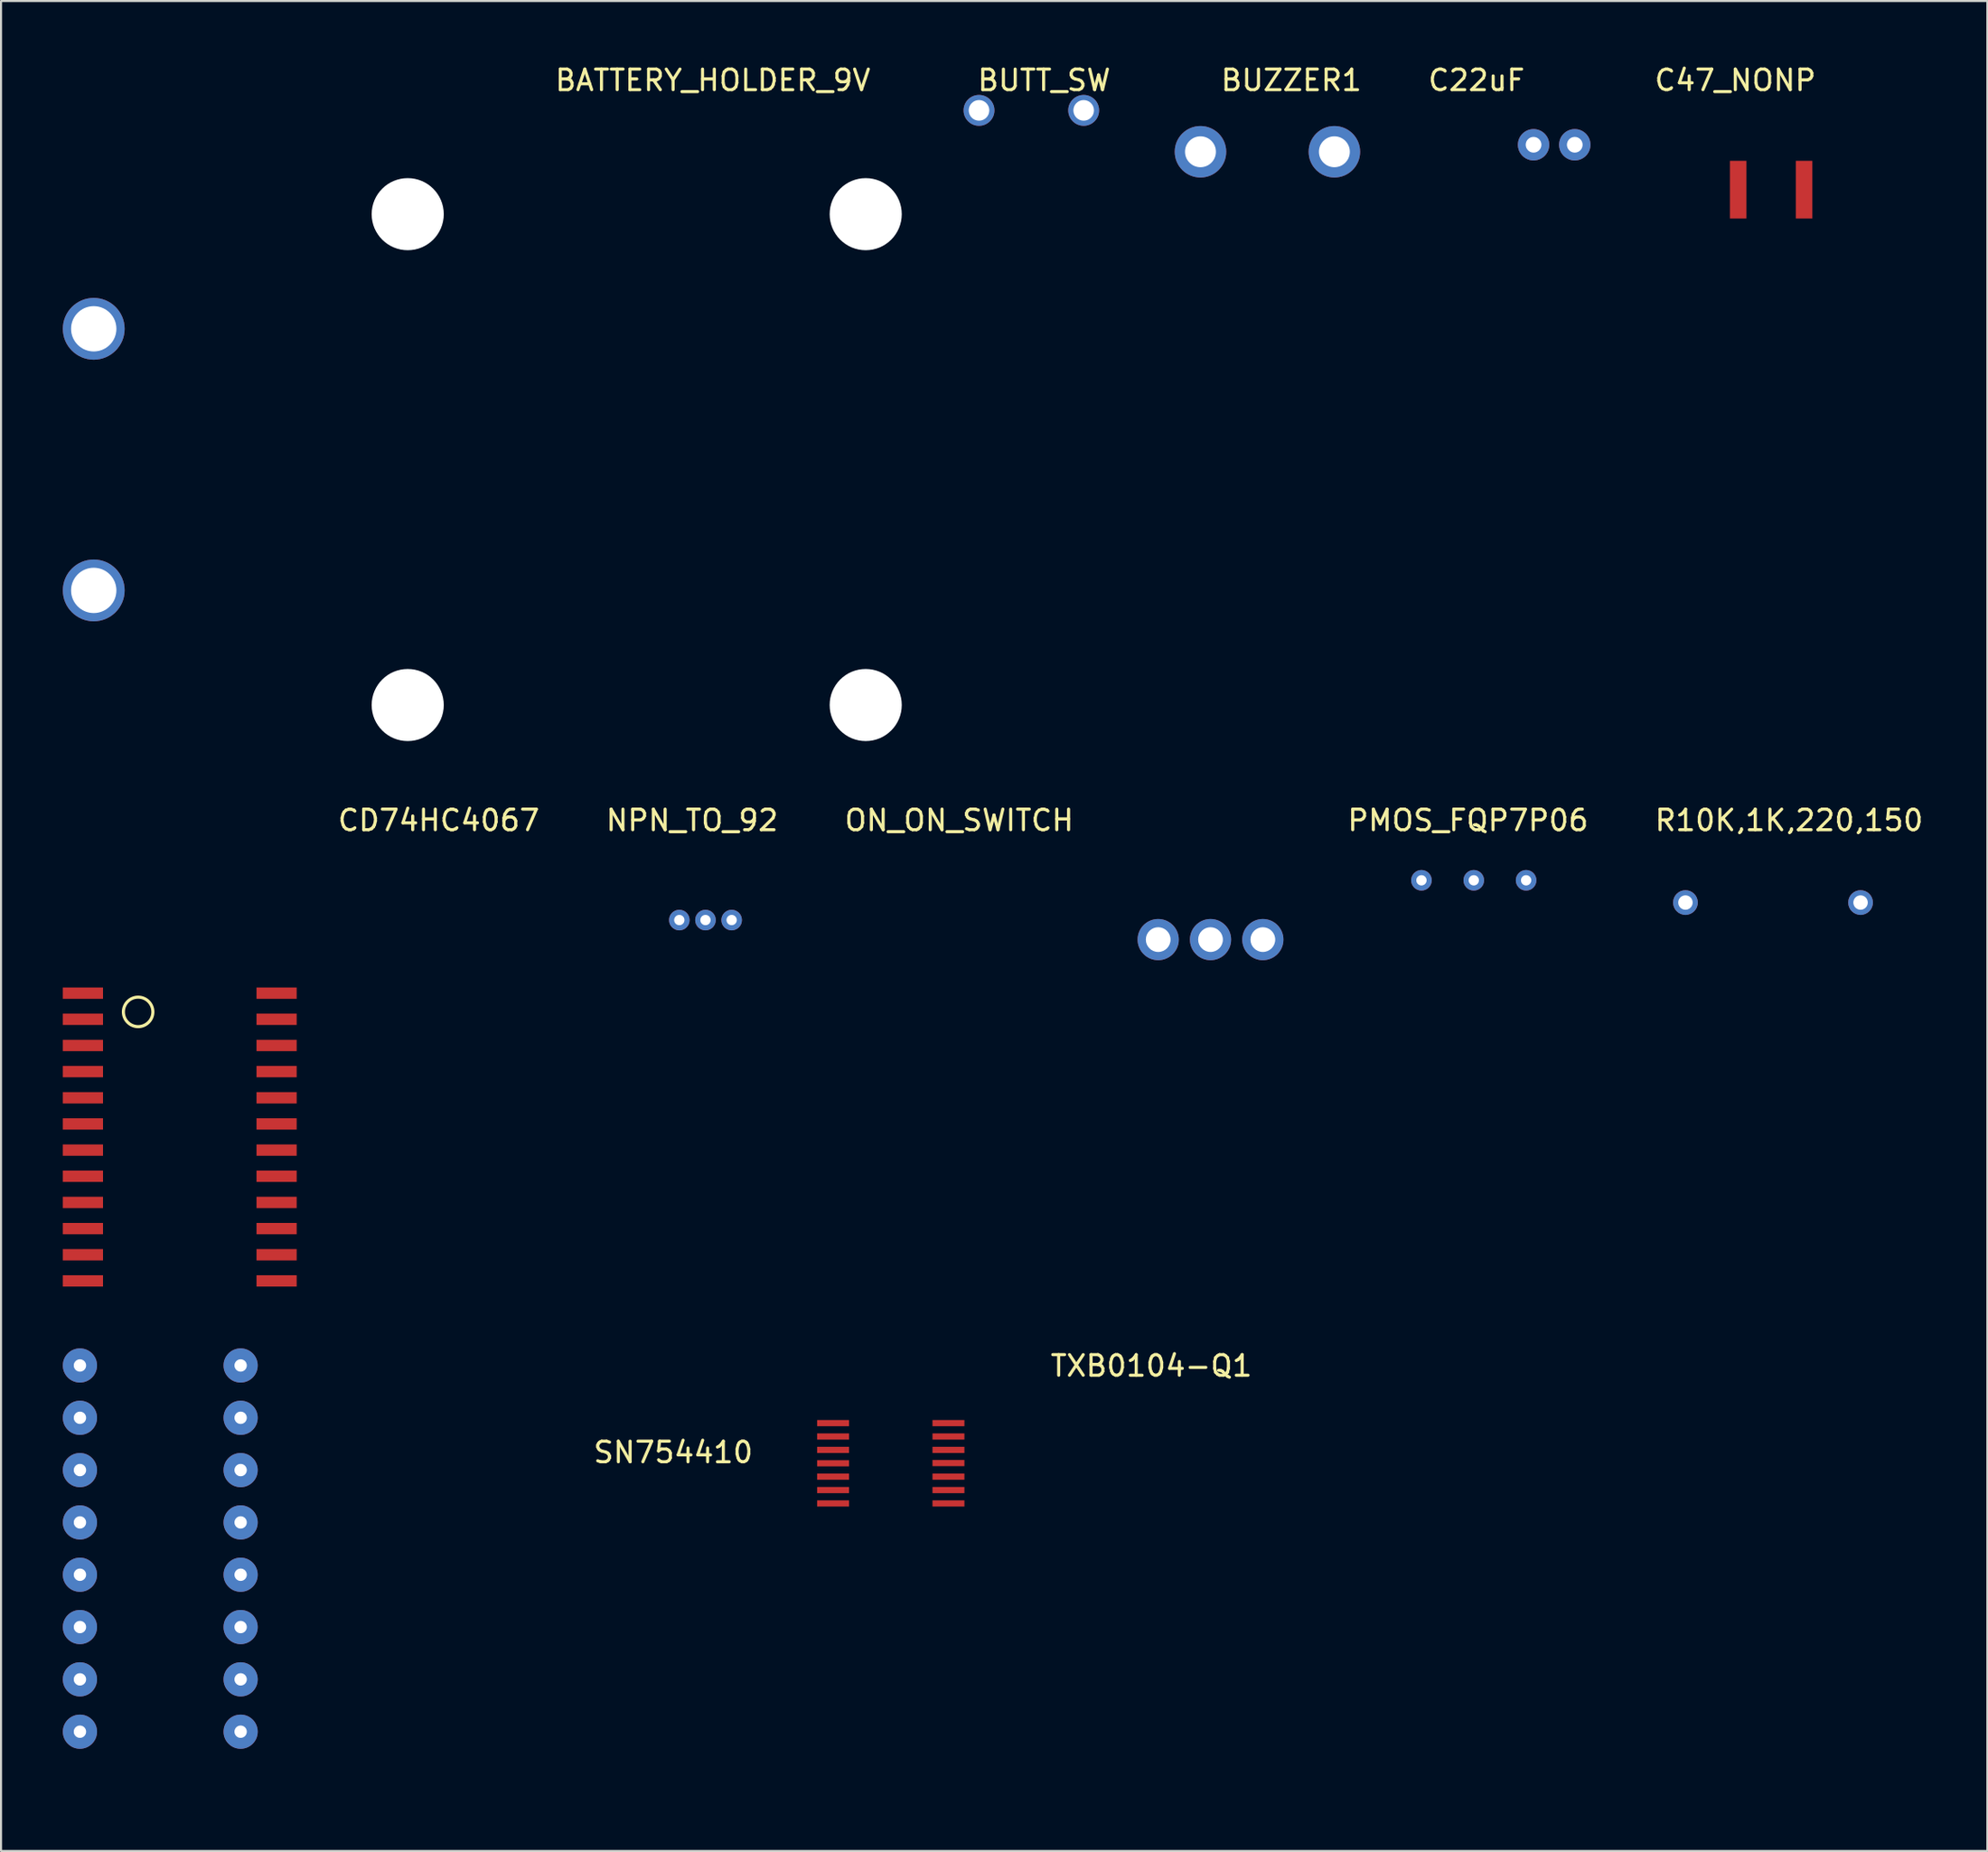
<source format=kicad_pcb>
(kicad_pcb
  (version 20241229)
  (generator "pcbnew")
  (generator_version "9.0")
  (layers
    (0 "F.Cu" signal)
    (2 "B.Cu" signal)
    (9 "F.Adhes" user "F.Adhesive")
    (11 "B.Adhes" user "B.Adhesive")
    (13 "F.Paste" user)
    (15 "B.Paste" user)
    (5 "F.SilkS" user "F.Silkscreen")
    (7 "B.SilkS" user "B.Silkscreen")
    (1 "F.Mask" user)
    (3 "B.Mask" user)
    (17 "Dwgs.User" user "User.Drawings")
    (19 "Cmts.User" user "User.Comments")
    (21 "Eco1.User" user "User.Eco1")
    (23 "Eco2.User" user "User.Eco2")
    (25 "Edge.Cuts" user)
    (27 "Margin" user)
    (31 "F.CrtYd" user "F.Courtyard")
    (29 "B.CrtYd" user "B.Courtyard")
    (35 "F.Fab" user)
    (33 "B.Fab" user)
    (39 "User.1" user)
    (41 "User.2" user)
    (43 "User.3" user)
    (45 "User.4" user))
  (footprint "BATTERY_HOLDER_9V"
    (layer "F.Cu")
    (at 16.74 31.178)
    (property "Reference" "BATTERY_HOLDER_9V" (at 14.81 -30.33 0) (layer "F.SilkS") (effects (font (size 1 1) (thickness 0.15))))
    (attr through_hole)
    (pad "" np_thru_hole circle (at 0 -23.83) (size 3.5 3.5) (drill 3.5) (layers "*.Cu" "*.Mask"))
    (pad "" np_thru_hole circle (at 0 0) (size 3.5 3.5) (drill 3.5) (layers "*.Cu" "*.Mask"))
    (pad "" np_thru_hole circle (at 22.23 -23.83) (size 3.5 3.5) (drill 3.5) (layers "*.Cu" "*.Mask"))
    (pad "" np_thru_hole circle (at 22.23 0) (size 3.5 3.5) (drill 3.5) (layers "*.Cu" "*.Mask"))
    (pad "1" thru_hole circle (at -15.24 -5.565) (size 3 3) (drill 2.2) (layers "*.Cu" "*.Mask"))
    (pad "2" thru_hole circle (at -15.24 -18.265) (size 3 3) (drill 2.2) (layers "*.Cu" "*.Mask")))
  (footprint "TXB0104-Q1"
    (layer "F.Cu")
    (at 37.387 69.94)
    (property "Reference" "TXB0104-Q1" (at 15.45 -6.68 0) (layer "F.SilkS") (effects (font (size 1 1) (thickness 0.15))))
    (attr through_hole)
    (pad "1" smd rect (at 0 -3.9) (size 1.55 0.3) (layers "F.Cu" "F.Mask" "F.Paste"))
    (pad "2" smd rect (at 0 -3.25) (size 1.55 0.3) (layers "F.Cu" "F.Mask" "F.Paste"))
    (pad "3" smd rect (at 0 -2.6) (size 1.55 0.3) (layers "F.Cu" "F.Mask" "F.Paste"))
    (pad "4" smd rect (at 0 -1.95) (size 1.55 0.3) (layers "F.Cu" "F.Mask" "F.Paste"))
    (pad "5" smd rect (at 0 -1.3) (size 1.55 0.3) (layers "F.Cu" "F.Mask" "F.Paste"))
    (pad "6" smd rect (at 0 -0.65) (size 1.55 0.3) (layers "F.Cu" "F.Mask" "F.Paste"))
    (pad "7" smd rect (at 0 0) (size 1.55 0.3) (layers "F.Cu" "F.Mask" "F.Paste"))
    (pad "8" smd rect (at 5.6 0) (size 1.55 0.3) (layers "F.Cu" "F.Mask" "F.Paste"))
    (pad "9" smd rect (at 5.6 -0.65) (size 1.55 0.3) (layers "F.Cu" "F.Mask" "F.Paste"))
    (pad "10" smd rect (at 5.6 -1.3) (size 1.55 0.3) (layers "F.Cu" "F.Mask" "F.Paste"))
    (pad "11" smd rect (at 5.6 -1.96) (size 1.55 0.3) (layers "F.Cu" "F.Mask" "F.Paste"))
    (pad "12" smd rect (at 5.6 -2.6) (size 1.55 0.3) (layers "F.Cu" "F.Mask" "F.Paste"))
    (pad "13" smd rect (at 5.6 -3.25) (size 1.55 0.3) (layers "F.Cu" "F.Mask" "F.Paste"))
    (pad "14" smd rect (at 5.6 -3.9) (size 1.55 0.3) (layers "F.Cu" "F.Mask" "F.Paste")))
  (footprint "CD74HC4067"
    (layer "F.Cu")
    (at 0.975 45.166)
    (property "Reference" "CD74HC4067" (at 17.27 -8.39 0) (layer "F.SilkS") (effects (font (size 1 1) (thickness 0.15))))
    (attr through_hole)
    (fp_circle (center 2.68 0.91) (end 3.33 0.61) (stroke (width 0.15) (type solid)) (fill no) (layer "F.SilkS"))
    (pad "1" smd rect (at 0 0) (size 1.95 0.55) (layers "F.Cu" "F.Mask" "F.Paste"))
    (pad "2" smd rect (at 0 1.27) (size 1.95 0.55) (layers "F.Cu" "F.Mask" "F.Paste"))
    (pad "3" smd rect (at 0 2.54) (size 1.95 0.55) (layers "F.Cu" "F.Mask" "F.Paste"))
    (pad "4" smd rect (at 0 3.81) (size 1.95 0.55) (layers "F.Cu" "F.Mask" "F.Paste"))
    (pad "5" smd rect (at 0 5.08) (size 1.95 0.55) (layers "F.Cu" "F.Mask" "F.Paste"))
    (pad "6" smd rect (at 0 6.35) (size 1.95 0.55) (layers "F.Cu" "F.Mask" "F.Paste"))
    (pad "7" smd rect (at 0 7.62) (size 1.95 0.55) (layers "F.Cu" "F.Mask" "F.Paste"))
    (pad "8" smd rect (at 0 8.89) (size 1.95 0.55) (layers "F.Cu" "F.Mask" "F.Paste"))
    (pad "9" smd rect (at 0 10.16) (size 1.95 0.55) (layers "F.Cu" "F.Mask" "F.Paste"))
    (pad "10" smd rect (at 0 11.43) (size 1.95 0.55) (layers "F.Cu" "F.Mask" "F.Paste"))
    (pad "11" smd rect (at 0 12.7) (size 1.95 0.55) (layers "F.Cu" "F.Mask" "F.Paste"))
    (pad "12" smd rect (at 0 13.97) (size 1.95 0.55) (layers "F.Cu" "F.Mask" "F.Paste"))
    (pad "13" smd rect (at 9.4 13.97) (size 1.95 0.55) (layers "F.Cu" "F.Mask" "F.Paste"))
    (pad "14" smd rect (at 9.4 12.7) (size 1.95 0.55) (layers "F.Cu" "F.Mask" "F.Paste"))
    (pad "15" smd rect (at 9.4 11.43) (size 1.95 0.55) (layers "F.Cu" "F.Mask" "F.Paste"))
    (pad "16" smd rect (at 9.4 10.16) (size 1.95 0.55) (layers "F.Cu" "F.Mask" "F.Paste"))
    (pad "17" smd rect (at 9.4 8.89) (size 1.95 0.55) (layers "F.Cu" "F.Mask" "F.Paste"))
    (pad "18" smd rect (at 9.4 7.62) (size 1.95 0.55) (layers "F.Cu" "F.Mask" "F.Paste"))
    (pad "19" smd rect (at 9.4 6.35) (size 1.95 0.55) (layers "F.Cu" "F.Mask" "F.Paste"))
    (pad "20" smd rect (at 9.4 5.08) (size 1.95 0.55) (layers "F.Cu" "F.Mask" "F.Paste"))
    (pad "21" smd rect (at 9.4 3.81) (size 1.95 0.55) (layers "F.Cu" "F.Mask" "F.Paste"))
    (pad "22" smd rect (at 9.4 2.54) (size 1.95 0.55) (layers "F.Cu" "F.Mask" "F.Paste"))
    (pad "23" smd rect (at 9.4 1.27) (size 1.95 0.55) (layers "F.Cu" "F.Mask" "F.Paste"))
    (pad "24" smd rect (at 9.4 0) (size 1.95 0.55) (layers "F.Cu" "F.Mask" "F.Paste")))
  (footprint "BUTT_SW"
    (layer "F.Cu")
    (at 44.47 2.308)
    (property "Reference" "BUTT_SW" (at 3.16 -1.46 0) (layer "F.SilkS") (effects (font (size 1 1) (thickness 0.15))))
    (attr through_hole)
    (pad "1" thru_hole circle (at 0 0) (size 1.5 1.5) (drill 1) (layers "*.Cu" "*.Mask"))
    (pad "2" thru_hole circle (at 5.08 0) (size 1.5 1.5) (drill 1) (layers "*.Cu" "*.Mask")))
  (footprint "BUZZER1"
    (layer "F.Cu")
    (at 55.219 4.318)
    (property "Reference" "BUZZER1" (at 4.41 -3.47 0) (layer "F.SilkS") (effects (font (size 1 1) (thickness 0.15))))
    (attr through_hole)
    (pad "1" thru_hole circle (at 0 0) (size 2.5 2.5) (drill 1.5) (layers "*.Cu" "*.Mask"))
    (pad "2" thru_hole circle (at 6.5 0) (size 2.5 2.5) (drill 1.5) (layers "*.Cu" "*.Mask")))
  (footprint "R10K,1K,220,150"
    (layer "F.Cu")
    (at 78.759 40.767)
    (property "Reference" "R10K,1K,220,150" (at 5.03 -3.99 0) (layer "F.SilkS") (effects (font (size 1 1) (thickness 0.15))))
    (attr through_hole)
    (pad "1" thru_hole circle (at 0 0) (size 1.2 1.2) (drill 0.7) (layers "*.Cu" "*.Mask"))
    (pad "2" thru_hole circle (at 8.5 0) (size 1.2 1.2) (drill 0.7) (layers "*.Cu" "*.Mask")))
  (footprint "PMOS_FQP7P06"
    (layer "F.Cu")
    (at 65.945 39.687)
    (property "Reference" "PMOS_FQP7P06" (at 2.26 -2.91 0) (layer "F.SilkS") (effects (font (size 1 1) (thickness 0.15))))
    (attr through_hole)
    (pad "1" thru_hole circle (at 0 0) (size 1 1) (drill 0.5) (layers "*.Cu" "*.Mask"))
    (pad "2" thru_hole circle (at 2.54 0) (size 1 1) (drill 0.5) (layers "*.Cu" "*.Mask"))
    (pad "3" thru_hole circle (at 5.08 0) (size 1 1) (drill 0.5) (layers "*.Cu" "*.Mask")))
  (footprint "NPN_TO_92"
    (layer "F.Cu")
    (at 29.923 41.617)
    (property "Reference" "NPN_TO_92" (at 0.62 -4.84 0) (layer "F.SilkS") (effects (font (size 1 1) (thickness 0.15))))
    (attr through_hole)
    (pad "1" thru_hole circle (at 0 0) (size 1 1) (drill 0.5) (layers "*.Cu" "*.Mask"))
    (pad "2" thru_hole circle (at 1.27 0) (size 1 1) (drill 0.5) (layers "*.Cu" "*.Mask"))
    (pad "3" thru_hole circle (at 2.54 0) (size 1 1) (drill 0.5) (layers "*.Cu" "*.Mask")))
  (footprint "C22uF"
    (layer "F.Cu")
    (at 71.387 3.978)
    (property "Reference" "C22uF" (at -2.77 -3.13 0) (layer "F.SilkS") (effects (font (size 1 1) (thickness 0.15))))
    (attr through_hole)
    (pad "1" thru_hole circle (at 0 0) (size 1.524 1.524) (drill 0.762) (layers "*.Cu" "*.Mask"))
    (pad "2" thru_hole circle (at 2 0) (size 1.524 1.524) (drill 0.762) (layers "*.Cu" "*.Mask")))
  (footprint "C47_NONP"
    (layer "F.Cu")
    (at 81.319 6.158)
    (property "Reference" "C47_NONP" (at -0.14 -5.31 0) (layer "F.SilkS") (effects (font (size 1 1) (thickness 0.15))))
    (attr through_hole)
    (pad "1" smd rect (at 0 0) (size 0.8 2.8) (layers "F.Cu" "F.Mask" "F.Paste"))
    (pad "2" smd rect (at 3.2 0) (size 0.8 2.8) (layers "F.Cu" "F.Mask" "F.Paste")))
  (footprint "ON_ON_SWITCH"
    (layer "F.Cu")
    (at 53.167 42.566)
    (property "Reference" "ON_ON_SWITCH" (at -9.66 -5.79 0) (layer "F.SilkS") (effects (font (size 1 1) (thickness 0.15))))
    (attr through_hole)
    (pad "1" thru_hole circle (at 0 0) (size 2 2) (drill 1.2) (layers "*.Cu" "*.Mask"))
    (pad "2" thru_hole circle (at 2.54 0) (size 2 2) (drill 1.2) (layers "*.Cu" "*.Mask"))
    (pad "3" thru_hole circle (at 5.08 0) (size 2 2) (drill 1.2) (layers "*.Cu" "*.Mask")))
  (footprint "SN754410"
    (layer "F.Cu")
    (at 5.83 83.561)
    (property "Reference" "SN754410" (at 23.8 -16.1 0) (layer "F.SilkS") (effects (font (size 1 1) (thickness 0.15))))
    (attr through_hole)
    (pad "1" thru_hole circle (at -5 -20.32) (size 1.66 1.66) (drill 0.6) (layers "*.Cu" "*.Mask"))
    (pad "2" thru_hole circle (at -5 -17.78) (size 1.66 1.66) (drill 0.6) (layers "*.Cu" "*.Mask"))
    (pad "3" thru_hole circle (at -5 -15.24) (size 1.66 1.66) (drill 0.6) (layers "*.Cu" "*.Mask"))
    (pad "4" thru_hole circle (at -5 -12.7) (size 1.66 1.66) (drill 0.6) (layers "*.Cu" "*.Mask"))
    (pad "5" thru_hole circle (at -5 -10.16) (size 1.66 1.66) (drill 0.6) (layers "*.Cu" "*.Mask"))
    (pad "6" thru_hole circle (at -5 -7.62) (size 1.66 1.66) (drill 0.6) (layers "*.Cu" "*.Mask"))
    (pad "7" thru_hole circle (at -5 -5.08) (size 1.66 1.66) (drill 0.6) (layers "*.Cu" "*.Mask"))
    (pad "8" thru_hole circle (at -5 -2.54) (size 1.66 1.66) (drill 0.6) (layers "*.Cu" "*.Mask"))
    (pad "9" thru_hole circle (at 2.8 -2.54) (size 1.66 1.66) (drill 0.6) (layers "*.Cu" "*.Mask"))
    (pad "10" thru_hole circle (at 2.8 -5.08) (size 1.66 1.66) (drill 0.6) (layers "*.Cu" "*.Mask"))
    (pad "11" thru_hole circle (at 2.8 -7.62) (size 1.66 1.66) (drill 0.6) (layers "*.Cu" "*.Mask"))
    (pad "12" thru_hole circle (at 2.8 -10.16) (size 1.66 1.66) (drill 0.6) (layers "*.Cu" "*.Mask"))
    (pad "13" thru_hole circle (at 2.8 -12.7) (size 1.66 1.66) (drill 0.6) (layers "*.Cu" "*.Mask"))
    (pad "14" thru_hole circle (at 2.8 -15.24) (size 1.66 1.66) (drill 0.6) (layers "*.Cu" "*.Mask"))
    (pad "15" thru_hole circle (at 2.8 -17.78) (size 1.66 1.66) (drill 0.6) (layers "*.Cu" "*.Mask"))
    (pad "16" thru_hole circle (at 2.8 -20.32) (size 1.66 1.66) (drill 0.6) (layers "*.Cu" "*.Mask")))
  (gr_rect
    (start -3 -3)
    (end 93.414 86.811)
    (stroke (width 0.1) (type default))
    (fill no)
    (layer "Edge.Cuts")))
</source>
